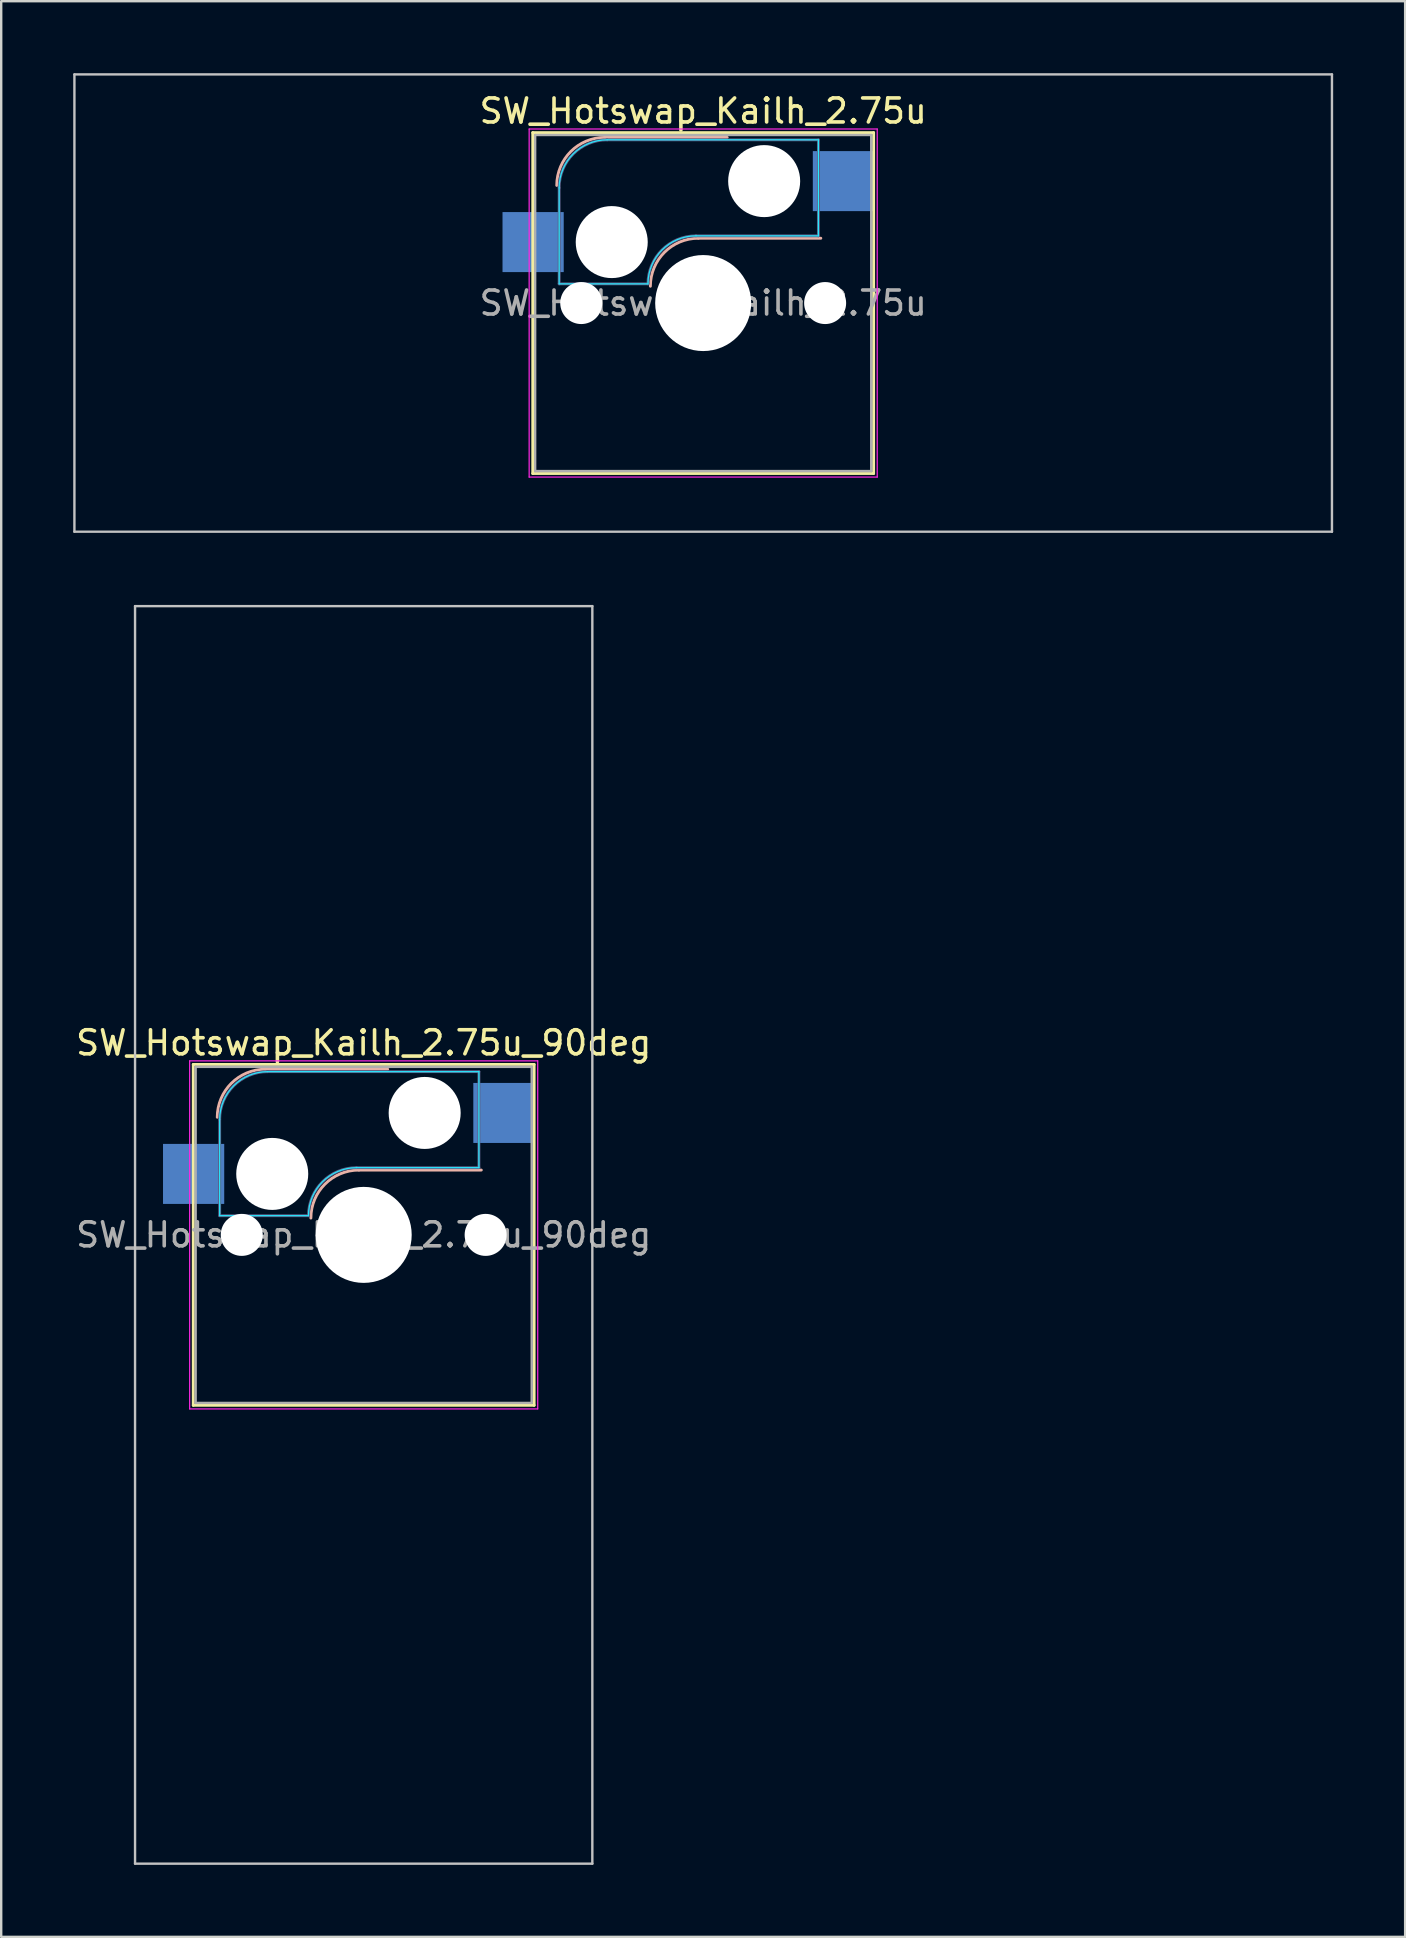
<source format=kicad_pcb>
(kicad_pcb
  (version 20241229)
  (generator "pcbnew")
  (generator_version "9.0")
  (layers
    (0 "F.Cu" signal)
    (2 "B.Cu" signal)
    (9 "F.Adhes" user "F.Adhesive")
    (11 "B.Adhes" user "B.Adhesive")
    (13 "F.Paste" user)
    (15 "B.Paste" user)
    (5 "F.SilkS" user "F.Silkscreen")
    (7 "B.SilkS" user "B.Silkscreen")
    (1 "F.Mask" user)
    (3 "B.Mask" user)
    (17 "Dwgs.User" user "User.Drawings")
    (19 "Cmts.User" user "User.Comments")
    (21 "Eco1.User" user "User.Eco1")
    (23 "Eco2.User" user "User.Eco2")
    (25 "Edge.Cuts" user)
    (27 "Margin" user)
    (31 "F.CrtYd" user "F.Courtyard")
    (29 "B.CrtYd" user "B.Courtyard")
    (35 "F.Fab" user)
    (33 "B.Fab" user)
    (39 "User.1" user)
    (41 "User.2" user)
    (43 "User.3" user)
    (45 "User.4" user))
  (footprint "SW_Hotswap_Kailh_2.75u"
    (layer "F.Cu")
    (at 26.244 9.575)
    (property "Reference" "SW_Hotswap_Kailh_2.75u" (at 0 -8 0) (layer "F.SilkS") (effects (font (size 1 1) (thickness 0.15))))
    (attr smd)
    (fp_line (start -7.1 -7.1) (end -7.1 7.1) (stroke (width 0.12) (type solid)) (layer "F.SilkS"))
    (fp_line (start -7.1 7.1) (end 7.1 7.1) (stroke (width 0.12) (type solid)) (layer "F.SilkS"))
    (fp_line (start 7.1 -7.1) (end -7.1 -7.1) (stroke (width 0.12) (type solid)) (layer "F.SilkS"))
    (fp_line (start 7.1 7.1) (end 7.1 -7.1) (stroke (width 0.12) (type solid)) (layer "F.SilkS"))
    (fp_line (start -4.1 -6.9) (end 1 -6.9) (stroke (width 0.12) (type solid)) (layer "B.SilkS"))
    (fp_line (start -0.2 -2.7) (end 4.9 -2.7) (stroke (width 0.12) (type solid)) (layer "B.SilkS"))
    (fp_arc (start -6.1 -4.9) (mid -5.514214 -6.314214) (end -4.1 -6.9) (stroke (width 0.12) (type solid)) (layer "B.SilkS"))
    (fp_arc (start -2.2 -0.7) (mid -1.614214 -2.114214) (end -0.2 -2.7) (stroke (width 0.12) (type solid)) (layer "B.SilkS"))
    (fp_line (start -26.194 -9.525) (end -26.194 9.525) (stroke (width 0.1) (type solid)) (layer "Dwgs.User"))
    (fp_line (start -26.194 9.525) (end 26.194 9.525) (stroke (width 0.1) (type solid)) (layer "Dwgs.User"))
    (fp_line (start 26.194 -9.525) (end -26.194 -9.525) (stroke (width 0.1) (type solid)) (layer "Dwgs.User"))
    (fp_line (start 26.194 9.525) (end 26.194 -9.525) (stroke (width 0.1) (type solid)) (layer "Dwgs.User"))
    (fp_line (start -7.8 -6) (end -7 -6) (stroke (width 0.1) (type solid)) (layer "Eco1.User"))
    (fp_line (start -7.8 -2.9) (end -7.8 -6) (stroke (width 0.1) (type solid)) (layer "Eco1.User"))
    (fp_line (start -7.8 2.9) (end -7 2.9) (stroke (width 0.1) (type solid)) (layer "Eco1.User"))
    (fp_line (start -7.8 6) (end -7.8 2.9) (stroke (width 0.1) (type solid)) (layer "Eco1.User"))
    (fp_line (start -7 -7) (end 7 -7) (stroke (width 0.1) (type solid)) (layer "Eco1.User"))
    (fp_line (start -7 -6) (end -7 -7) (stroke (width 0.1) (type solid)) (layer "Eco1.User"))
    (fp_line (start -7 -2.9) (end -7.8 -2.9) (stroke (width 0.1) (type solid)) (layer "Eco1.User"))
    (fp_line (start -7 2.9) (end -7 -2.9) (stroke (width 0.1) (type solid)) (layer "Eco1.User"))
    (fp_line (start -7 6) (end -7.8 6) (stroke (width 0.1) (type solid)) (layer "Eco1.User"))
    (fp_line (start -7 7) (end -7 6) (stroke (width 0.1) (type solid)) (layer "Eco1.User"))
    (fp_line (start 7 -7) (end 7 -6) (stroke (width 0.1) (type solid)) (layer "Eco1.User"))
    (fp_line (start 7 -6) (end 7.8 -6) (stroke (width 0.1) (type solid)) (layer "Eco1.User"))
    (fp_line (start 7 -2.9) (end 7 2.9) (stroke (width 0.1) (type solid)) (layer "Eco1.User"))
    (fp_line (start 7 2.9) (end 7.8 2.9) (stroke (width 0.1) (type solid)) (layer "Eco1.User"))
    (fp_line (start 7 6) (end 7 7) (stroke (width 0.1) (type solid)) (layer "Eco1.User"))
    (fp_line (start 7 7) (end -7 7) (stroke (width 0.1) (type solid)) (layer "Eco1.User"))
    (fp_line (start 7.8 -6) (end 7.8 -2.9) (stroke (width 0.1) (type solid)) (layer "Eco1.User"))
    (fp_line (start 7.8 -2.9) (end 7 -2.9) (stroke (width 0.1) (type solid)) (layer "Eco1.User"))
    (fp_line (start 7.8 2.9) (end 7.8 6) (stroke (width 0.1) (type solid)) (layer "Eco1.User"))
    (fp_line (start 7.8 6) (end 7 6) (stroke (width 0.1) (type solid)) (layer "Eco1.User"))
    (fp_line (start -6 -0.8) (end -6 -4.8) (stroke (width 0.05) (type solid)) (layer "B.CrtYd"))
    (fp_line (start -6 -0.8) (end -2.3 -0.8) (stroke (width 0.05) (type solid)) (layer "B.CrtYd"))
    (fp_line (start -4 -6.8) (end 4.8 -6.8) (stroke (width 0.05) (type solid)) (layer "B.CrtYd"))
    (fp_line (start -0.3 -2.8) (end 4.8 -2.8) (stroke (width 0.05) (type solid)) (layer "B.CrtYd"))
    (fp_line (start 4.8 -6.8) (end 4.8 -2.8) (stroke (width 0.05) (type solid)) (layer "B.CrtYd"))
    (fp_arc (start -6 -4.8) (mid -5.414214 -6.214214) (end -4 -6.8) (stroke (width 0.05) (type solid)) (layer "B.CrtYd"))
    (fp_arc (start -2.3 -0.8) (mid -1.714214 -2.214214) (end -0.3 -2.8) (stroke (width 0.05) (type solid)) (layer "B.CrtYd"))
    (fp_line (start -7.25 -7.25) (end -7.25 7.25) (stroke (width 0.05) (type solid)) (layer "F.CrtYd"))
    (fp_line (start -7.25 7.25) (end 7.25 7.25) (stroke (width 0.05) (type solid)) (layer "F.CrtYd"))
    (fp_line (start 7.25 -7.25) (end -7.25 -7.25) (stroke (width 0.05) (type solid)) (layer "F.CrtYd"))
    (fp_line (start 7.25 7.25) (end 7.25 -7.25) (stroke (width 0.05) (type solid)) (layer "F.CrtYd"))
    (fp_line (start -6 -0.8) (end -6 -4.8) (stroke (width 0.12) (type solid)) (layer "B.Fab"))
    (fp_line (start -6 -0.8) (end -2.3 -0.8) (stroke (width 0.12) (type solid)) (layer "B.Fab"))
    (fp_line (start -4 -6.8) (end 4.8 -6.8) (stroke (width 0.12) (type solid)) (layer "B.Fab"))
    (fp_line (start -0.3 -2.8) (end 4.8 -2.8) (stroke (width 0.12) (type solid)) (layer "B.Fab"))
    (fp_line (start 4.8 -6.8) (end 4.8 -2.8) (stroke (width 0.12) (type solid)) (layer "B.Fab"))
    (fp_arc (start -6 -4.8) (mid -5.414214 -6.214214) (end -4 -6.8) (stroke (width 0.12) (type solid)) (layer "B.Fab"))
    (fp_arc (start -2.3 -0.8) (mid -1.714214 -2.214214) (end -0.3 -2.8) (stroke (width 0.12) (type solid)) (layer "B.Fab"))
    (fp_line (start -7 -7) (end -7 7) (stroke (width 0.1) (type solid)) (layer "F.Fab"))
    (fp_line (start -7 7) (end 7 7) (stroke (width 0.1) (type solid)) (layer "F.Fab"))
    (fp_line (start 7 -7) (end -7 -7) (stroke (width 0.1) (type solid)) (layer "F.Fab"))
    (fp_line (start 7 7) (end 7 -7) (stroke (width 0.1) (type solid)) (layer "F.Fab"))
    (fp_text user "${REFERENCE}" (at 0 0 0) (layer "F.Fab") (effects (font (size 1 1) (thickness 0.15))))
    (pad "" np_thru_hole circle (at -5.08 0) (size 1.75 1.75) (drill 1.75) (layers "*.Cu" "*.Mask"))
    (pad "" np_thru_hole circle (at -3.81 -2.54) (size 3 3) (drill 3) (layers "*.Cu" "*.Mask"))
    (pad "" np_thru_hole circle (at 0 0) (size 4 4) (drill 4) (layers "*.Cu" "*.Mask"))
    (pad "" np_thru_hole circle (at 2.54 -5.08) (size 3 3) (drill 3) (layers "*.Cu" "*.Mask"))
    (pad "" np_thru_hole circle (at 5.08 0) (size 1.75 1.75) (drill 1.75) (layers "*.Cu" "*.Mask"))
    (pad "1" smd rect (at -7.085 -2.54) (size 2.55 2.5) (layers "B.Cu" "B.Mask" "B.Paste"))
    (pad "2" smd rect (at 5.842 -5.08) (size 2.55 2.5) (layers "B.Cu" "B.Mask" "B.Paste")))
  (footprint "SW_Hotswap_Kailh_2.75u_90deg"
    (layer "F.Cu")
    (at 12.101 48.394)
    (property "Reference" "SW_Hotswap_Kailh_2.75u_90deg" (at 0 -8 0) (layer "F.SilkS") (effects (font (size 1 1) (thickness 0.15))))
    (attr smd)
    (fp_line (start -7.1 -7.1) (end -7.1 7.1) (stroke (width 0.12) (type solid)) (layer "F.SilkS"))
    (fp_line (start -7.1 7.1) (end 7.1 7.1) (stroke (width 0.12) (type solid)) (layer "F.SilkS"))
    (fp_line (start 7.1 -7.1) (end -7.1 -7.1) (stroke (width 0.12) (type solid)) (layer "F.SilkS"))
    (fp_line (start 7.1 7.1) (end 7.1 -7.1) (stroke (width 0.12) (type solid)) (layer "F.SilkS"))
    (fp_line (start -4.1 -6.9) (end 1 -6.9) (stroke (width 0.12) (type solid)) (layer "B.SilkS"))
    (fp_line (start -0.2 -2.7) (end 4.9 -2.7) (stroke (width 0.12) (type solid)) (layer "B.SilkS"))
    (fp_arc (start -6.1 -4.9) (mid -5.514214 -6.314214) (end -4.1 -6.9) (stroke (width 0.12) (type solid)) (layer "B.SilkS"))
    (fp_arc (start -2.2 -0.7) (mid -1.614214 -2.114214) (end -0.2 -2.7) (stroke (width 0.12) (type solid)) (layer "B.SilkS"))
    (fp_line (start -9.525 -26.194) (end 9.525 -26.194) (stroke (width 0.1) (type solid)) (layer "Dwgs.User"))
    (fp_line (start -9.525 26.194) (end -9.525 -26.194) (stroke (width 0.1) (type solid)) (layer "Dwgs.User"))
    (fp_line (start 9.525 -26.194) (end 9.525 26.194) (stroke (width 0.1) (type solid)) (layer "Dwgs.User"))
    (fp_line (start 9.525 26.194) (end -9.525 26.194) (stroke (width 0.1) (type solid)) (layer "Dwgs.User"))
    (fp_line (start -7.8 -6) (end -7 -6) (stroke (width 0.1) (type solid)) (layer "Eco1.User"))
    (fp_line (start -7.8 -2.9) (end -7.8 -6) (stroke (width 0.1) (type solid)) (layer "Eco1.User"))
    (fp_line (start -7.8 2.9) (end -7 2.9) (stroke (width 0.1) (type solid)) (layer "Eco1.User"))
    (fp_line (start -7.8 6) (end -7.8 2.9) (stroke (width 0.1) (type solid)) (layer "Eco1.User"))
    (fp_line (start -7 -7) (end 7 -7) (stroke (width 0.1) (type solid)) (layer "Eco1.User"))
    (fp_line (start -7 -6) (end -7 -7) (stroke (width 0.1) (type solid)) (layer "Eco1.User"))
    (fp_line (start -7 -2.9) (end -7.8 -2.9) (stroke (width 0.1) (type solid)) (layer "Eco1.User"))
    (fp_line (start -7 2.9) (end -7 -2.9) (stroke (width 0.1) (type solid)) (layer "Eco1.User"))
    (fp_line (start -7 6) (end -7.8 6) (stroke (width 0.1) (type solid)) (layer "Eco1.User"))
    (fp_line (start -7 7) (end -7 6) (stroke (width 0.1) (type solid)) (layer "Eco1.User"))
    (fp_line (start 7 -7) (end 7 -6) (stroke (width 0.1) (type solid)) (layer "Eco1.User"))
    (fp_line (start 7 -6) (end 7.8 -6) (stroke (width 0.1) (type solid)) (layer "Eco1.User"))
    (fp_line (start 7 -2.9) (end 7 2.9) (stroke (width 0.1) (type solid)) (layer "Eco1.User"))
    (fp_line (start 7 2.9) (end 7.8 2.9) (stroke (width 0.1) (type solid)) (layer "Eco1.User"))
    (fp_line (start 7 6) (end 7 7) (stroke (width 0.1) (type solid)) (layer "Eco1.User"))
    (fp_line (start 7 7) (end -7 7) (stroke (width 0.1) (type solid)) (layer "Eco1.User"))
    (fp_line (start 7.8 -6) (end 7.8 -2.9) (stroke (width 0.1) (type solid)) (layer "Eco1.User"))
    (fp_line (start 7.8 -2.9) (end 7 -2.9) (stroke (width 0.1) (type solid)) (layer "Eco1.User"))
    (fp_line (start 7.8 2.9) (end 7.8 6) (stroke (width 0.1) (type solid)) (layer "Eco1.User"))
    (fp_line (start 7.8 6) (end 7 6) (stroke (width 0.1) (type solid)) (layer "Eco1.User"))
    (fp_line (start -6 -0.8) (end -6 -4.8) (stroke (width 0.05) (type solid)) (layer "B.CrtYd"))
    (fp_line (start -6 -0.8) (end -2.3 -0.8) (stroke (width 0.05) (type solid)) (layer "B.CrtYd"))
    (fp_line (start -4 -6.8) (end 4.8 -6.8) (stroke (width 0.05) (type solid)) (layer "B.CrtYd"))
    (fp_line (start -0.3 -2.8) (end 4.8 -2.8) (stroke (width 0.05) (type solid)) (layer "B.CrtYd"))
    (fp_line (start 4.8 -6.8) (end 4.8 -2.8) (stroke (width 0.05) (type solid)) (layer "B.CrtYd"))
    (fp_arc (start -6 -4.8) (mid -5.414214 -6.214214) (end -4 -6.8) (stroke (width 0.05) (type solid)) (layer "B.CrtYd"))
    (fp_arc (start -2.3 -0.8) (mid -1.714214 -2.214214) (end -0.3 -2.8) (stroke (width 0.05) (type solid)) (layer "B.CrtYd"))
    (fp_line (start -7.25 -7.25) (end -7.25 7.25) (stroke (width 0.05) (type solid)) (layer "F.CrtYd"))
    (fp_line (start -7.25 7.25) (end 7.25 7.25) (stroke (width 0.05) (type solid)) (layer "F.CrtYd"))
    (fp_line (start 7.25 -7.25) (end -7.25 -7.25) (stroke (width 0.05) (type solid)) (layer "F.CrtYd"))
    (fp_line (start 7.25 7.25) (end 7.25 -7.25) (stroke (width 0.05) (type solid)) (layer "F.CrtYd"))
    (fp_line (start -6 -0.8) (end -6 -4.8) (stroke (width 0.12) (type solid)) (layer "B.Fab"))
    (fp_line (start -6 -0.8) (end -2.3 -0.8) (stroke (width 0.12) (type solid)) (layer "B.Fab"))
    (fp_line (start -4 -6.8) (end 4.8 -6.8) (stroke (width 0.12) (type solid)) (layer "B.Fab"))
    (fp_line (start -0.3 -2.8) (end 4.8 -2.8) (stroke (width 0.12) (type solid)) (layer "B.Fab"))
    (fp_line (start 4.8 -6.8) (end 4.8 -2.8) (stroke (width 0.12) (type solid)) (layer "B.Fab"))
    (fp_arc (start -6 -4.8) (mid -5.414214 -6.214214) (end -4 -6.8) (stroke (width 0.12) (type solid)) (layer "B.Fab"))
    (fp_arc (start -2.3 -0.8) (mid -1.714214 -2.214214) (end -0.3 -2.8) (stroke (width 0.12) (type solid)) (layer "B.Fab"))
    (fp_line (start -7 -7) (end -7 7) (stroke (width 0.1) (type solid)) (layer "F.Fab"))
    (fp_line (start -7 7) (end 7 7) (stroke (width 0.1) (type solid)) (layer "F.Fab"))
    (fp_line (start 7 -7) (end -7 -7) (stroke (width 0.1) (type solid)) (layer "F.Fab"))
    (fp_line (start 7 7) (end 7 -7) (stroke (width 0.1) (type solid)) (layer "F.Fab"))
    (fp_text user "${REFERENCE}" (at 0 0 0) (layer "F.Fab") (effects (font (size 1 1) (thickness 0.15))))
    (pad "" np_thru_hole circle (at -5.08 0) (size 1.75 1.75) (drill 1.75) (layers "*.Cu" "*.Mask"))
    (pad "" np_thru_hole circle (at -3.81 -2.54) (size 3 3) (drill 3) (layers "*.Cu" "*.Mask"))
    (pad "" np_thru_hole circle (at 0 0) (size 4 4) (drill 4) (layers "*.Cu" "*.Mask"))
    (pad "" np_thru_hole circle (at 2.54 -5.08) (size 3 3) (drill 3) (layers "*.Cu" "*.Mask"))
    (pad "" np_thru_hole circle (at 5.08 0) (size 1.75 1.75) (drill 1.75) (layers "*.Cu" "*.Mask"))
    (pad "1" smd rect (at -7.085 -2.54) (size 2.55 2.5) (layers "B.Cu" "B.Mask" "B.Paste"))
    (pad "2" smd rect (at 5.842 -5.08) (size 2.55 2.5) (layers "B.Cu" "B.Mask" "B.Paste")))
  (gr_rect
    (start -3 -3)
    (end 55.487 77.638)
    (stroke (width 0.1) (type default))
    (fill no)
    (layer "Edge.Cuts")))
</source>
